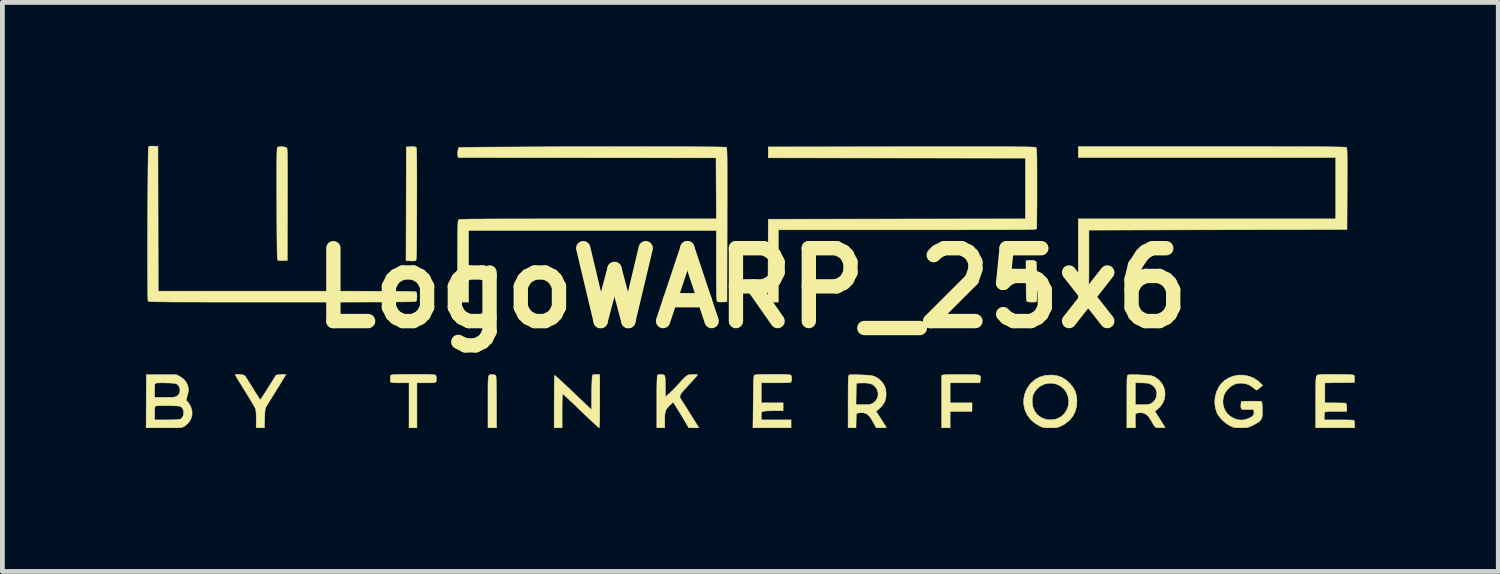
<source format=kicad_pcb>
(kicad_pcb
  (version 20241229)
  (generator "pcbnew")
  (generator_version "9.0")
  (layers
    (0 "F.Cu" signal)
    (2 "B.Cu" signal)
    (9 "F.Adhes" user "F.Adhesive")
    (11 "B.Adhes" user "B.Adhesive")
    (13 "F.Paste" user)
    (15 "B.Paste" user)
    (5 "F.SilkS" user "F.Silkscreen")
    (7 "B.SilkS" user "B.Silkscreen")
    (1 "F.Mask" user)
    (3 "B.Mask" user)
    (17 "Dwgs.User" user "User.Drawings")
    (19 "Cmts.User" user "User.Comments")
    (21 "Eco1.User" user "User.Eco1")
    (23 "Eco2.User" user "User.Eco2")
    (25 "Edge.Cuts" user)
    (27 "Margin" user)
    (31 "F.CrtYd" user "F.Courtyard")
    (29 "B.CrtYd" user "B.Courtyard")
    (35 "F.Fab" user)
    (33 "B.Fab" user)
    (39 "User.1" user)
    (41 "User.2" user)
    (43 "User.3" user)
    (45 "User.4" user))
  (footprint "LogoWARP_25x6"
    (layer "F.Cu")
    (at 12.667 2.975)
    (property "Reference" "LogoWARP_25x6" (at 0 0 0) (layer "F.SilkS") (effects (font (size 1.524 1.524) (thickness 0.3))))
    (attr through_hole)
    (fp_poly (pts (xy -5.426 1.81) (xy -5.413 1.81) (xy -5.37 1.815) (xy -5.347 1.829) (xy -5.346 1.829) (xy -5.344 1.846) (xy -5.341 1.886) (xy -5.339 1.948) (xy -5.337 2.028) (xy -5.336 2.126) (xy -5.335 2.238) (xy -5.334 2.363) (xy -5.334 2.384) (xy -5.334 2.921) (xy -5.512 2.921) (xy -5.512 2.375) (xy -5.512 2.24) (xy -5.512 2.128) (xy -5.512 2.038) (xy -5.51 1.966) (xy -5.508 1.911) (xy -5.504 1.871) (xy -5.498 1.843) (xy -5.49 1.824) (xy -5.479 1.814) (xy -5.465 1.81) (xy -5.447 1.809) (xy -5.426 1.81)) (stroke (width 0.01) (type solid)) (fill yes) (layer "F.SilkS"))
    (fp_poly (pts (xy 4.385 1.807) (xy 4.4 1.807) (xy 4.509 1.808) (xy 4.596 1.809) (xy 4.662 1.811) (xy 4.711 1.814) (xy 4.746 1.819) (xy 4.768 1.826) (xy 4.78 1.837) (xy 4.786 1.85) (xy 4.787 1.868) (xy 4.788 1.886) (xy 4.785 1.924) (xy 4.78 1.953) (xy 4.772 1.981) (xy 4.153 1.981) (xy 4.153 2.4) (xy 4.61 2.4) (xy 4.61 2.578) (xy 4.153 2.578) (xy 4.153 2.921) (xy 3.975 2.921) (xy 3.975 1.828) (xy 4.006 1.816) (xy 4.026 1.813) (xy 4.069 1.811) (xy 4.129 1.809) (xy 4.205 1.808) (xy 4.291 1.807) (xy 4.385 1.807)) (stroke (width 0.01) (type solid)) (fill yes) (layer "F.SilkS"))
    (fp_poly (pts (xy 5.852 -0.581) (xy 5.896 -0.576) (xy 5.932 -0.567) (xy 5.949 -0.559) (xy 5.952 -0.543) (xy 5.955 -0.506) (xy 5.958 -0.451) (xy 5.961 -0.382) (xy 5.964 -0.302) (xy 5.966 -0.216) (xy 5.967 -0.127) (xy 5.968 -0.039) (xy 5.969 0.045) (xy 5.969 0.121) (xy 5.968 0.184) (xy 5.966 0.232) (xy 5.964 0.26) (xy 5.963 0.263) (xy 5.957 0.278) (xy 5.946 0.287) (xy 5.923 0.291) (xy 5.882 0.292) (xy 5.861 0.292) (xy 5.811 0.291) (xy 5.78 0.287) (xy 5.763 0.279) (xy 5.754 0.268) (xy 5.75 0.247) (xy 5.746 0.203) (xy 5.744 0.136) (xy 5.742 0.048) (xy 5.741 -0.06) (xy 5.74 -0.164) (xy 5.74 -0.571) (xy 5.773 -0.579) (xy 5.808 -0.583) (xy 5.852 -0.581)) (stroke (width 0.01) (type solid)) (fill yes) (layer "F.SilkS"))
    (fp_poly (pts (xy -7.032 -2.953) (xy -7.014 -2.944) (xy -7.012 -2.942) (xy -7.01 -2.932) (xy -7.007 -2.908) (xy -7.005 -2.87) (xy -7.004 -2.815) (xy -7.002 -2.743) (xy -7.001 -2.653) (xy -7.001 -2.543) (xy -7 -2.413) (xy -7 -2.262) (xy -7 -2.088) (xy -7 -1.891) (xy -7.001 -1.753) (xy -7.001 -1.554) (xy -7.002 -1.379) (xy -7.002 -1.226) (xy -7.003 -1.094) (xy -7.004 -0.982) (xy -7.005 -0.887) (xy -7.005 -0.808) (xy -7.007 -0.744) (xy -7.008 -0.693) (xy -7.01 -0.653) (xy -7.012 -0.624) (xy -7.014 -0.603) (xy -7.017 -0.589) (xy -7.02 -0.581) (xy -7.023 -0.576) (xy -7.027 -0.574) (xy -7.029 -0.573) (xy -7.055 -0.569) (xy -7.096 -0.568) (xy -7.141 -0.569) (xy -7.226 -0.573) (xy -7.223 -1.763) (xy -7.22 -2.953) (xy -7.123 -2.956) (xy -7.068 -2.957) (xy -7.032 -2.953)) (stroke (width 0.01) (type solid)) (fill yes) (layer "F.SilkS"))
    (fp_poly (pts (xy -6.998 1.803) (xy -6.906 1.803) (xy -6.821 1.805) (xy -6.746 1.806) (xy -6.685 1.809) (xy -6.641 1.812) (xy -6.617 1.816) (xy -6.616 1.817) (xy -6.599 1.833) (xy -6.592 1.864) (xy -6.591 1.885) (xy -6.591 1.921) (xy -6.594 1.946) (xy -6.603 1.963) (xy -6.622 1.973) (xy -6.655 1.979) (xy -6.705 1.981) (xy -6.775 1.981) (xy -6.802 1.981) (xy -6.998 1.981) (xy -6.998 2.921) (xy -7.163 2.921) (xy -7.163 1.981) (xy -7.352 1.981) (xy -7.426 1.981) (xy -7.479 1.98) (xy -7.514 1.977) (xy -7.535 1.972) (xy -7.546 1.966) (xy -7.549 1.961) (xy -7.555 1.929) (xy -7.556 1.888) (xy -7.552 1.849) (xy -7.544 1.822) (xy -7.541 1.819) (xy -7.525 1.815) (xy -7.487 1.811) (xy -7.43 1.808) (xy -7.359 1.806) (xy -7.277 1.804) (xy -7.187 1.803) (xy -7.093 1.803) (xy -6.998 1.803)) (stroke (width 0.01) (type solid)) (fill yes) (layer "F.SilkS"))
    (fp_poly (pts (xy 0.58 1.803) (xy 0.657 1.805) (xy 0.722 1.807) (xy 0.774 1.81) (xy 0.806 1.814) (xy 0.814 1.817) (xy 0.83 1.832) (xy 0.837 1.86) (xy 0.838 1.89) (xy 0.835 1.929) (xy 0.828 1.959) (xy 0.823 1.966) (xy 0.809 1.971) (xy 0.778 1.975) (xy 0.729 1.978) (xy 0.658 1.98) (xy 0.566 1.981) (xy 0.505 1.981) (xy 0.203 1.981) (xy 0.203 2.4) (xy 0.66 2.4) (xy 0.66 2.565) (xy 0.464 2.565) (xy 0.394 2.566) (xy 0.33 2.568) (xy 0.278 2.572) (xy 0.244 2.576) (xy 0.236 2.578) (xy 0.218 2.586) (xy 0.208 2.6) (xy 0.204 2.625) (xy 0.203 2.668) (xy 0.203 2.673) (xy 0.203 2.756) (xy 0.826 2.756) (xy 0.826 2.921) (xy 0.029 2.921) (xy 0.035 2.378) (xy 0.036 2.245) (xy 0.038 2.135) (xy 0.04 2.046) (xy 0.041 1.975) (xy 0.043 1.921) (xy 0.046 1.881) (xy 0.049 1.853) (xy 0.052 1.835) (xy 0.057 1.824) (xy 0.061 1.819) (xy 0.079 1.815) (xy 0.119 1.811) (xy 0.176 1.808) (xy 0.246 1.805) (xy 0.326 1.804) (xy 0.41 1.803) (xy 0.497 1.803) (xy 0.58 1.803)) (stroke (width 0.01) (type solid)) (fill yes) (layer "F.SilkS"))
    (fp_poly (pts (xy -9.812 -2.957) (xy -9.768 -2.951) (xy -9.734 -2.941) (xy -9.723 -2.935) (xy -9.72 -2.93) (xy -9.717 -2.922) (xy -9.714 -2.907) (xy -9.712 -2.886) (xy -9.71 -2.856) (xy -9.708 -2.816) (xy -9.707 -2.765) (xy -9.706 -2.7) (xy -9.705 -2.62) (xy -9.705 -2.525) (xy -9.705 -2.411) (xy -9.705 -2.279) (xy -9.705 -2.125) (xy -9.705 -1.949) (xy -9.706 -1.749) (xy -9.706 -1.748) (xy -9.709 -0.578) (xy -9.798 -0.575) (xy -9.845 -0.575) (xy -9.884 -0.578) (xy -9.906 -0.584) (xy -9.906 -0.584) (xy -9.909 -0.588) (xy -9.912 -0.598) (xy -9.915 -0.615) (xy -9.917 -0.64) (xy -9.919 -0.676) (xy -9.921 -0.723) (xy -9.922 -0.782) (xy -9.923 -0.857) (xy -9.924 -0.947) (xy -9.925 -1.054) (xy -9.926 -1.181) (xy -9.927 -1.327) (xy -9.928 -1.496) (xy -9.928 -1.688) (xy -9.928 -1.76) (xy -9.929 -1.968) (xy -9.929 -2.152) (xy -9.929 -2.314) (xy -9.929 -2.453) (xy -9.929 -2.572) (xy -9.928 -2.672) (xy -9.927 -2.754) (xy -9.926 -2.82) (xy -9.924 -2.87) (xy -9.922 -2.907) (xy -9.92 -2.93) (xy -9.917 -2.942) (xy -9.916 -2.943) (xy -9.895 -2.953) (xy -9.857 -2.957) (xy -9.812 -2.957)) (stroke (width 0.01) (type solid)) (fill yes) (layer "F.SilkS"))
    (fp_poly (pts (xy 9.95 -2.959) (xy 10.251 -2.959) (xy 10.529 -2.959) (xy 10.783 -2.959) (xy 11.016 -2.958) (xy 11.227 -2.958) (xy 11.418 -2.958) (xy 11.59 -2.957) (xy 11.743 -2.956) (xy 11.878 -2.956) (xy 11.997 -2.955) (xy 12.099 -2.954) (xy 12.186 -2.953) (xy 12.258 -2.952) (xy 12.317 -2.951) (xy 12.363 -2.949) (xy 12.398 -2.948) (xy 12.421 -2.946) (xy 12.434 -2.944) (xy 12.437 -2.943) (xy 12.442 -2.939) (xy 12.445 -2.931) (xy 12.448 -2.917) (xy 12.451 -2.897) (xy 12.453 -2.867) (xy 12.454 -2.827) (xy 12.456 -2.774) (xy 12.456 -2.707) (xy 12.457 -2.624) (xy 12.457 -2.523) (xy 12.457 -2.401) (xy 12.456 -2.259) (xy 12.456 -2.092) (xy 12.456 -2.076) (xy 12.452 -1.226) (xy 7.055 -1.213) (xy 7.055 -0.476) (xy 7.055 -0.342) (xy 7.054 -0.214) (xy 7.053 -0.097) (xy 7.052 0.009) (xy 7.051 0.1) (xy 7.05 0.175) (xy 7.048 0.231) (xy 7.046 0.265) (xy 7.045 0.276) (xy 7.025 0.286) (xy 6.98 0.291) (xy 6.933 0.292) (xy 6.833 0.292) (xy 6.833 -1.448) (xy 12.217 -1.448) (xy 12.217 -2.731) (xy 6.833 -2.731) (xy 6.833 -2.959) (xy 9.624 -2.959) (xy 9.95 -2.959)) (stroke (width 0.01) (type solid)) (fill yes) (layer "F.SilkS"))
    (fp_poly (pts (xy -3.175 1.809) (xy -3.175 2.365) (xy -3.175 2.516) (xy -3.176 2.642) (xy -3.177 2.744) (xy -3.179 2.822) (xy -3.182 2.877) (xy -3.185 2.91) (xy -3.188 2.921) (xy -3.188 2.921) (xy -3.2 2.912) (xy -3.228 2.888) (xy -3.27 2.85) (xy -3.325 2.799) (xy -3.389 2.739) (xy -3.462 2.67) (xy -3.541 2.594) (xy -3.571 2.565) (xy -3.651 2.488) (xy -3.726 2.416) (xy -3.794 2.353) (xy -3.852 2.298) (xy -3.898 2.255) (xy -3.931 2.226) (xy -3.949 2.211) (xy -3.951 2.21) (xy -3.954 2.222) (xy -3.957 2.257) (xy -3.959 2.312) (xy -3.961 2.385) (xy -3.962 2.472) (xy -3.962 2.565) (xy -3.962 2.921) (xy -4.128 2.921) (xy -4.128 2.376) (xy -4.127 2.26) (xy -4.127 2.153) (xy -4.126 2.057) (xy -4.124 1.974) (xy -4.123 1.906) (xy -4.121 1.857) (xy -4.119 1.83) (xy -4.118 1.825) (xy -4.107 1.832) (xy -4.08 1.855) (xy -4.038 1.892) (xy -3.984 1.941) (xy -3.92 2.001) (xy -3.847 2.069) (xy -3.767 2.145) (xy -3.727 2.182) (xy -3.346 2.546) (xy -3.343 2.192) (xy -3.342 2.079) (xy -3.339 1.985) (xy -3.336 1.911) (xy -3.333 1.857) (xy -3.329 1.827) (xy -3.326 1.821) (xy -3.305 1.812) (xy -3.265 1.807) (xy -3.244 1.807) (xy -3.175 1.809)) (stroke (width 0.01) (type solid)) (fill yes) (layer "F.SilkS"))
    (fp_poly (pts (xy 12.317 1.805) (xy 12.411 1.806) (xy 12.488 1.808) (xy 12.545 1.811) (xy 12.579 1.815) (xy 12.588 1.817) (xy 12.602 1.829) (xy 12.609 1.85) (xy 12.609 1.886) (xy 12.609 1.903) (xy 12.605 1.975) (xy 12.297 1.978) (xy 11.989 1.982) (xy 11.989 2.4) (xy 12.197 2.4) (xy 12.269 2.401) (xy 12.332 2.402) (xy 12.383 2.404) (xy 12.416 2.406) (xy 12.426 2.408) (xy 12.438 2.419) (xy 12.444 2.444) (xy 12.446 2.488) (xy 12.446 2.497) (xy 12.446 2.578) (xy 12.226 2.578) (xy 12.135 2.579) (xy 12.067 2.581) (xy 12.022 2.585) (xy 11.996 2.59) (xy 11.991 2.593) (xy 11.983 2.614) (xy 11.977 2.65) (xy 11.976 2.682) (xy 11.976 2.756) (xy 12.274 2.756) (xy 12.359 2.756) (xy 12.436 2.757) (xy 12.502 2.758) (xy 12.552 2.76) (xy 12.583 2.762) (xy 12.591 2.764) (xy 12.603 2.775) (xy 12.609 2.802) (xy 12.611 2.846) (xy 12.611 2.921) (xy 11.798 2.921) (xy 11.798 2.388) (xy 11.798 2.257) (xy 11.799 2.15) (xy 11.799 2.063) (xy 11.8 1.994) (xy 11.801 1.942) (xy 11.803 1.903) (xy 11.806 1.875) (xy 11.809 1.856) (xy 11.813 1.843) (xy 11.818 1.835) (xy 11.823 1.829) (xy 11.832 1.822) (xy 11.843 1.816) (xy 11.86 1.812) (xy 11.885 1.809) (xy 11.922 1.807) (xy 11.974 1.805) (xy 12.043 1.805) (xy 12.132 1.804) (xy 12.206 1.804) (xy 12.317 1.805)) (stroke (width 0.01) (type solid)) (fill yes) (layer "F.SilkS"))
    (fp_poly (pts (xy 6.285 1.818) (xy 6.394 1.833) (xy 6.49 1.867) (xy 6.579 1.923) (xy 6.643 1.98) (xy 6.716 2.065) (xy 6.765 2.152) (xy 6.794 2.249) (xy 6.805 2.343) (xy 6.798 2.466) (xy 6.769 2.579) (xy 6.718 2.68) (xy 6.645 2.767) (xy 6.551 2.841) (xy 6.475 2.883) (xy 6.438 2.9) (xy 6.406 2.91) (xy 6.373 2.917) (xy 6.331 2.92) (xy 6.273 2.921) (xy 6.247 2.921) (xy 6.183 2.921) (xy 6.137 2.919) (xy 6.102 2.914) (xy 6.072 2.905) (xy 6.038 2.89) (xy 6.012 2.877) (xy 5.909 2.813) (xy 5.826 2.735) (xy 5.761 2.644) (xy 5.717 2.546) (xy 5.693 2.441) (xy 5.692 2.392) (xy 5.87 2.392) (xy 5.884 2.487) (xy 5.918 2.57) (xy 5.974 2.644) (xy 5.983 2.653) (xy 6.053 2.705) (xy 6.136 2.74) (xy 6.226 2.755) (xy 6.319 2.75) (xy 6.391 2.731) (xy 6.472 2.69) (xy 6.536 2.633) (xy 6.587 2.557) (xy 6.592 2.548) (xy 6.624 2.456) (xy 6.633 2.361) (xy 6.62 2.268) (xy 6.585 2.181) (xy 6.539 2.116) (xy 6.468 2.053) (xy 6.386 2.011) (xy 6.298 1.99) (xy 6.207 1.989) (xy 6.118 2.01) (xy 6.034 2.052) (xy 5.975 2.101) (xy 5.92 2.167) (xy 5.886 2.237) (xy 5.87 2.317) (xy 5.87 2.392) (xy 5.692 2.392) (xy 5.69 2.334) (xy 5.709 2.227) (xy 5.75 2.122) (xy 5.813 2.024) (xy 5.842 1.99) (xy 5.928 1.914) (xy 6.027 1.859) (xy 6.137 1.827) (xy 6.259 1.818) (xy 6.285 1.818)) (stroke (width 0.01) (type solid)) (fill yes) (layer "F.SilkS"))
    (fp_poly (pts (xy -9.755 1.805) (xy -9.741 1.81) (xy -9.741 1.811) (xy -9.747 1.823) (xy -9.766 1.854) (xy -9.794 1.901) (xy -9.831 1.961) (xy -9.874 2.032) (xy -9.923 2.11) (xy -9.936 2.131) (xy -9.987 2.214) (xy -10.035 2.291) (xy -10.078 2.36) (xy -10.113 2.418) (xy -10.139 2.461) (xy -10.154 2.487) (xy -10.155 2.489) (xy -10.164 2.512) (xy -10.171 2.542) (xy -10.177 2.584) (xy -10.18 2.641) (xy -10.183 2.719) (xy -10.183 2.727) (xy -10.188 2.921) (xy -10.36 2.921) (xy -10.359 2.74) (xy -10.359 2.661) (xy -10.362 2.603) (xy -10.366 2.56) (xy -10.373 2.529) (xy -10.38 2.511) (xy -10.392 2.487) (xy -10.416 2.445) (xy -10.449 2.389) (xy -10.489 2.321) (xy -10.536 2.245) (xy -10.583 2.168) (xy -10.643 2.072) (xy -10.69 1.995) (xy -10.727 1.935) (xy -10.754 1.89) (xy -10.773 1.858) (xy -10.785 1.835) (xy -10.792 1.821) (xy -10.795 1.812) (xy -10.795 1.809) (xy -10.783 1.805) (xy -10.753 1.804) (xy -10.71 1.806) (xy -10.704 1.807) (xy -10.65 1.812) (xy -10.616 1.821) (xy -10.596 1.834) (xy -10.593 1.838) (xy -10.58 1.856) (xy -10.557 1.892) (xy -10.525 1.942) (xy -10.486 2.004) (xy -10.443 2.073) (xy -10.427 2.099) (xy -10.384 2.168) (xy -10.345 2.229) (xy -10.313 2.279) (xy -10.29 2.316) (xy -10.276 2.334) (xy -10.274 2.336) (xy -10.266 2.326) (xy -10.246 2.297) (xy -10.217 2.253) (xy -10.18 2.196) (xy -10.137 2.129) (xy -10.105 2.078) (xy -9.942 1.819) (xy -9.884 1.811) (xy -9.833 1.806) (xy -9.788 1.804) (xy -9.755 1.805)) (stroke (width 0.01) (type solid)) (fill yes) (layer "F.SilkS"))
    (fp_poly (pts (xy 4.869 -2.957) (xy 5.034 -2.957) (xy 5.181 -2.957) (xy 5.312 -2.956) (xy 5.427 -2.956) (xy 5.528 -2.955) (xy 5.615 -2.954) (xy 5.689 -2.954) (xy 5.752 -2.953) (xy 5.804 -2.952) (xy 5.846 -2.95) (xy 5.879 -2.949) (xy 5.905 -2.947) (xy 5.924 -2.946) (xy 5.937 -2.944) (xy 5.945 -2.942) (xy 5.949 -2.939) (xy 5.949 -2.939) (xy 5.953 -2.933) (xy 5.956 -2.922) (xy 5.959 -2.904) (xy 5.962 -2.878) (xy 5.964 -2.842) (xy 5.965 -2.794) (xy 5.967 -2.731) (xy 5.968 -2.653) (xy 5.968 -2.558) (xy 5.969 -2.443) (xy 5.969 -2.307) (xy 5.969 -2.148) (xy 5.969 -2.089) (xy 5.969 -1.946) (xy 5.969 -1.81) (xy 5.968 -1.683) (xy 5.967 -1.568) (xy 5.966 -1.467) (xy 5.965 -1.381) (xy 5.964 -1.314) (xy 5.963 -1.267) (xy 5.962 -1.242) (xy 5.961 -1.239) (xy 5.959 -1.237) (xy 5.953 -1.235) (xy 5.941 -1.233) (xy 5.925 -1.231) (xy 5.901 -1.229) (xy 5.869 -1.228) (xy 5.829 -1.227) (xy 5.779 -1.226) (xy 5.719 -1.224) (xy 5.646 -1.224) (xy 5.561 -1.223) (xy 5.462 -1.222) (xy 5.349 -1.221) (xy 5.22 -1.221) (xy 5.074 -1.22) (xy 4.91 -1.22) (xy 4.728 -1.22) (xy 4.526 -1.22) (xy 4.303 -1.219) (xy 4.059 -1.219) (xy 3.792 -1.219) (xy 3.502 -1.219) (xy 3.256 -1.219) (xy 0.559 -1.219) (xy 0.559 0.292) (xy 0.343 0.292) (xy 0.346 -0.575) (xy 0.349 -1.441) (xy 3.038 -1.445) (xy 5.728 -1.448) (xy 5.728 -2.718) (xy 0.349 -2.724) (xy 0.349 -2.953) (xy 3.139 -2.956) (xy 3.455 -2.956) (xy 3.746 -2.957) (xy 4.013 -2.957) (xy 4.258 -2.957) (xy 4.482 -2.957) (xy 4.685 -2.957) (xy 4.869 -2.957)) (stroke (width 0.01) (type solid)) (fill yes) (layer "F.SilkS"))
    (fp_poly (pts (xy -1.858 1.81) (xy -1.827 1.821) (xy -1.822 1.825) (xy -1.815 1.837) (xy -1.81 1.859) (xy -1.806 1.895) (xy -1.804 1.948) (xy -1.803 2.022) (xy -1.803 2.06) (xy -1.803 2.276) (xy -1.725 2.208) (xy -1.688 2.174) (xy -1.64 2.126) (xy -1.586 2.07) (xy -1.53 2.011) (xy -1.507 1.985) (xy -1.44 1.913) (xy -1.388 1.861) (xy -1.349 1.829) (xy -1.328 1.818) (xy -1.301 1.812) (xy -1.262 1.809) (xy -1.218 1.807) (xy -1.176 1.807) (xy -1.145 1.809) (xy -1.131 1.813) (xy -1.13 1.813) (xy -1.136 1.824) (xy -1.155 1.847) (xy -1.187 1.884) (xy -1.234 1.936) (xy -1.297 2.004) (xy -1.354 2.067) (xy -1.413 2.131) (xy -1.455 2.18) (xy -1.482 2.219) (xy -1.496 2.25) (xy -1.498 2.277) (xy -1.489 2.304) (xy -1.471 2.333) (xy -1.469 2.337) (xy -1.454 2.36) (xy -1.428 2.4) (xy -1.394 2.453) (xy -1.354 2.517) (xy -1.31 2.586) (xy -1.266 2.658) (xy -1.223 2.727) (xy -1.183 2.79) (xy -1.151 2.843) (xy -1.132 2.873) (xy -1.103 2.921) (xy -1.209 2.921) (xy -1.314 2.92) (xy -1.413 2.752) (xy -1.454 2.683) (xy -1.497 2.612) (xy -1.537 2.547) (xy -1.57 2.494) (xy -1.576 2.484) (xy -1.64 2.384) (xy -1.711 2.452) (xy -1.751 2.494) (xy -1.779 2.53) (xy -1.798 2.567) (xy -1.809 2.611) (xy -1.814 2.667) (xy -1.816 2.742) (xy -1.816 2.762) (xy -1.816 2.921) (xy -1.981 2.921) (xy -1.981 2.376) (xy -1.981 2.238) (xy -1.981 2.124) (xy -1.98 2.031) (xy -1.978 1.957) (xy -1.976 1.901) (xy -1.974 1.862) (xy -1.971 1.836) (xy -1.967 1.822) (xy -1.965 1.818) (xy -1.938 1.809) (xy -1.899 1.806) (xy -1.858 1.81)) (stroke (width 0.01) (type solid)) (fill yes) (layer "F.SilkS"))
    (fp_poly (pts (xy 8.004 1.811) (xy 8.088 1.813) (xy 8.129 1.815) (xy 8.213 1.819) (xy 8.276 1.822) (xy 8.322 1.826) (xy 8.357 1.832) (xy 8.384 1.839) (xy 8.408 1.848) (xy 8.428 1.858) (xy 8.509 1.912) (xy 8.573 1.981) (xy 8.617 2.06) (xy 8.642 2.145) (xy 8.647 2.234) (xy 8.633 2.323) (xy 8.598 2.407) (xy 8.543 2.483) (xy 8.488 2.533) (xy 8.435 2.574) (xy 8.541 2.744) (xy 8.648 2.915) (xy 8.55 2.918) (xy 8.506 2.92) (xy 8.473 2.918) (xy 8.449 2.908) (xy 8.428 2.889) (xy 8.405 2.856) (xy 8.376 2.805) (xy 8.361 2.777) (xy 8.315 2.704) (xy 8.269 2.653) (xy 8.22 2.622) (xy 8.174 2.609) (xy 8.122 2.606) (xy 8.076 2.611) (xy 8.042 2.622) (xy 8.031 2.632) (xy 8.028 2.65) (xy 8.025 2.687) (xy 8.025 2.738) (xy 8.025 2.784) (xy 8.028 2.921) (xy 7.849 2.921) (xy 7.849 2.438) (xy 8.026 2.438) (xy 8.167 2.438) (xy 8.234 2.438) (xy 8.282 2.434) (xy 8.318 2.428) (xy 8.346 2.418) (xy 8.356 2.413) (xy 8.412 2.371) (xy 8.451 2.315) (xy 8.472 2.248) (xy 8.473 2.178) (xy 8.452 2.109) (xy 8.448 2.1) (xy 8.416 2.06) (xy 8.369 2.023) (xy 8.318 1.997) (xy 8.309 1.994) (xy 8.274 1.988) (xy 8.224 1.984) (xy 8.166 1.981) (xy 8.144 1.981) (xy 8.026 1.981) (xy 8.026 2.438) (xy 7.849 2.438) (xy 7.849 2.375) (xy 7.849 2.243) (xy 7.849 2.134) (xy 7.849 2.046) (xy 7.85 1.976) (xy 7.851 1.922) (xy 7.853 1.883) (xy 7.856 1.855) (xy 7.859 1.837) (xy 7.863 1.826) (xy 7.868 1.82) (xy 7.871 1.817) (xy 7.893 1.813) (xy 7.938 1.811) (xy 8.004 1.811)) (stroke (width 0.01) (type solid)) (fill yes) (layer "F.SilkS"))
    (fp_poly (pts (xy 2.253 1.813) (xy 2.293 1.815) (xy 2.378 1.819) (xy 2.443 1.823) (xy 2.491 1.827) (xy 2.527 1.834) (xy 2.557 1.842) (xy 2.583 1.852) (xy 2.584 1.852) (xy 2.66 1.898) (xy 2.726 1.961) (xy 2.776 2.034) (xy 2.783 2.05) (xy 2.806 2.123) (xy 2.814 2.206) (xy 2.809 2.289) (xy 2.79 2.362) (xy 2.783 2.379) (xy 2.744 2.442) (xy 2.693 2.502) (xy 2.638 2.551) (xy 2.631 2.555) (xy 2.602 2.575) (xy 2.711 2.743) (xy 2.748 2.8) (xy 2.779 2.85) (xy 2.803 2.888) (xy 2.817 2.911) (xy 2.819 2.915) (xy 2.808 2.918) (xy 2.776 2.92) (xy 2.732 2.921) (xy 2.713 2.921) (xy 2.607 2.921) (xy 2.551 2.817) (xy 2.506 2.738) (xy 2.464 2.68) (xy 2.422 2.641) (xy 2.379 2.618) (xy 2.344 2.609) (xy 2.296 2.606) (xy 2.25 2.609) (xy 2.236 2.611) (xy 2.191 2.623) (xy 2.187 2.772) (xy 2.184 2.921) (xy 2.019 2.921) (xy 2.019 2.438) (xy 2.184 2.438) (xy 2.331 2.438) (xy 2.399 2.438) (xy 2.448 2.435) (xy 2.484 2.429) (xy 2.512 2.42) (xy 2.527 2.413) (xy 2.585 2.371) (xy 2.624 2.315) (xy 2.645 2.251) (xy 2.645 2.184) (xy 2.624 2.118) (xy 2.582 2.059) (xy 2.58 2.056) (xy 2.539 2.022) (xy 2.492 2) (xy 2.434 1.988) (xy 2.359 1.983) (xy 2.308 1.984) (xy 2.191 1.988) (xy 2.187 2.213) (xy 2.184 2.438) (xy 2.019 2.438) (xy 2.019 2.375) (xy 2.019 2.243) (xy 2.02 2.134) (xy 2.02 2.046) (xy 2.021 1.976) (xy 2.022 1.922) (xy 2.024 1.883) (xy 2.026 1.855) (xy 2.03 1.837) (xy 2.034 1.826) (xy 2.039 1.82) (xy 2.042 1.818) (xy 2.064 1.813) (xy 2.108 1.811) (xy 2.172 1.811) (xy 2.253 1.813)) (stroke (width 0.01) (type solid)) (fill yes) (layer "F.SilkS"))
    (fp_poly (pts (xy 10.297 1.821) (xy 10.404 1.843) (xy 10.505 1.884) (xy 10.598 1.946) (xy 10.643 1.988) (xy 10.687 2.034) (xy 10.63 2.084) (xy 10.598 2.11) (xy 10.572 2.128) (xy 10.562 2.134) (xy 10.547 2.126) (xy 10.52 2.105) (xy 10.5 2.088) (xy 10.421 2.032) (xy 10.333 1.998) (xy 10.24 1.987) (xy 10.147 1.997) (xy 10.087 2.018) (xy 10.017 2.06) (xy 9.955 2.119) (xy 9.904 2.187) (xy 9.873 2.258) (xy 9.856 2.356) (xy 9.863 2.451) (xy 9.892 2.538) (xy 9.941 2.616) (xy 10.009 2.68) (xy 10.094 2.728) (xy 10.158 2.75) (xy 10.247 2.761) (xy 10.337 2.747) (xy 10.428 2.709) (xy 10.429 2.709) (xy 10.476 2.679) (xy 10.501 2.647) (xy 10.509 2.609) (xy 10.506 2.581) (xy 10.5 2.54) (xy 10.374 2.54) (xy 10.316 2.54) (xy 10.279 2.538) (xy 10.257 2.534) (xy 10.245 2.526) (xy 10.238 2.513) (xy 10.238 2.511) (xy 10.233 2.481) (xy 10.233 2.44) (xy 10.235 2.426) (xy 10.243 2.369) (xy 10.446 2.365) (xy 10.516 2.365) (xy 10.577 2.366) (xy 10.626 2.367) (xy 10.656 2.37) (xy 10.664 2.372) (xy 10.672 2.39) (xy 10.678 2.434) (xy 10.682 2.502) (xy 10.683 2.541) (xy 10.683 2.621) (xy 10.678 2.683) (xy 10.664 2.731) (xy 10.638 2.77) (xy 10.598 2.804) (xy 10.54 2.839) (xy 10.468 2.876) (xy 10.427 2.895) (xy 10.394 2.908) (xy 10.363 2.916) (xy 10.324 2.92) (xy 10.273 2.921) (xy 10.233 2.921) (xy 10.169 2.92) (xy 10.123 2.918) (xy 10.088 2.912) (xy 10.057 2.902) (xy 10.022 2.887) (xy 10.01 2.881) (xy 9.94 2.839) (xy 9.871 2.784) (xy 9.808 2.72) (xy 9.758 2.655) (xy 9.735 2.614) (xy 9.7 2.508) (xy 9.686 2.395) (xy 9.694 2.281) (xy 9.723 2.171) (xy 9.771 2.069) (xy 9.812 2.01) (xy 9.891 1.933) (xy 9.983 1.875) (xy 10.083 1.838) (xy 10.189 1.819) (xy 10.297 1.821)) (stroke (width 0.01) (type solid)) (fill yes) (layer "F.SilkS"))
    (fp_poly (pts (xy -11.957 1.848) (xy -11.88 1.9) (xy -11.824 1.966) (xy -11.789 2.046) (xy -11.785 2.063) (xy -11.777 2.101) (xy -11.776 2.133) (xy -11.78 2.17) (xy -11.791 2.218) (xy -11.797 2.24) (xy -11.825 2.347) (xy -11.792 2.38) (xy -11.768 2.411) (xy -11.742 2.453) (xy -11.728 2.48) (xy -11.702 2.564) (xy -11.7 2.647) (xy -11.721 2.728) (xy -11.764 2.802) (xy -11.829 2.866) (xy -11.863 2.89) (xy -11.878 2.899) (xy -11.892 2.906) (xy -11.909 2.911) (xy -11.932 2.915) (xy -11.963 2.918) (xy -12.007 2.92) (xy -12.066 2.92) (xy -12.143 2.921) (xy -12.24 2.921) (xy -12.287 2.921) (xy -12.662 2.921) (xy -12.66 2.617) (xy -12.484 2.617) (xy -12.484 2.756) (xy -12.229 2.756) (xy -12.135 2.755) (xy -12.063 2.754) (xy -12.01 2.751) (xy -11.973 2.747) (xy -11.948 2.741) (xy -11.94 2.738) (xy -11.904 2.706) (xy -11.882 2.66) (xy -11.875 2.608) (xy -11.882 2.554) (xy -11.904 2.508) (xy -11.941 2.474) (xy -11.941 2.474) (xy -11.962 2.469) (xy -12.004 2.465) (xy -12.06 2.462) (xy -12.127 2.46) (xy -12.199 2.458) (xy -12.272 2.458) (xy -12.339 2.458) (xy -12.398 2.46) (xy -12.442 2.463) (xy -12.466 2.467) (xy -12.468 2.468) (xy -12.476 2.484) (xy -12.481 2.519) (xy -12.484 2.577) (xy -12.484 2.617) (xy -12.66 2.617) (xy -12.659 2.365) (xy -12.658 2.141) (xy -12.484 2.141) (xy -12.484 2.286) (xy -12.274 2.286) (xy -12.189 2.285) (xy -12.126 2.284) (xy -12.08 2.28) (xy -12.049 2.275) (xy -12.027 2.267) (xy -12.026 2.267) (xy -11.985 2.233) (xy -11.96 2.187) (xy -11.952 2.136) (xy -11.959 2.085) (xy -11.983 2.039) (xy -12.021 2.006) (xy -12.048 1.995) (xy -12.078 1.99) (xy -12.125 1.986) (xy -12.185 1.984) (xy -12.25 1.982) (xy -12.316 1.981) (xy -12.377 1.982) (xy -12.426 1.984) (xy -12.458 1.987) (xy -12.464 1.989) (xy -12.473 1.996) (xy -12.479 2.013) (xy -12.482 2.044) (xy -12.484 2.092) (xy -12.484 2.141) (xy -12.658 2.141) (xy -12.656 1.81) (xy -12.031 1.81) (xy -11.957 1.848)) (stroke (width 0.01) (type solid)) (fill yes) (layer "F.SilkS"))
    (fp_poly (pts (xy -12.514 -2.969) (xy -12.506 -2.969) (xy -12.414 -2.965) (xy -12.411 -1.451) (xy -12.408 0.064) (xy -9.718 0.064) (xy -9.395 0.064) (xy -9.097 0.064) (xy -8.822 0.064) (xy -8.57 0.064) (xy -8.341 0.064) (xy -8.133 0.065) (xy -7.946 0.065) (xy -7.778 0.066) (xy -7.629 0.067) (xy -7.499 0.067) (xy -7.386 0.068) (xy -7.29 0.069) (xy -7.209 0.07) (xy -7.144 0.072) (xy -7.092 0.073) (xy -7.054 0.074) (xy -7.029 0.076) (xy -7.016 0.078) (xy -7.013 0.079) (xy -7.004 0.1) (xy -6.999 0.138) (xy -6.998 0.184) (xy -7.001 0.227) (xy -7.008 0.261) (xy -7.011 0.268) (xy -7.013 0.27) (xy -7.016 0.273) (xy -7.021 0.275) (xy -7.03 0.277) (xy -7.043 0.279) (xy -7.061 0.281) (xy -7.086 0.283) (xy -7.117 0.284) (xy -7.157 0.285) (xy -7.207 0.287) (xy -7.266 0.288) (xy -7.337 0.288) (xy -7.42 0.289) (xy -7.516 0.29) (xy -7.626 0.29) (xy -7.752 0.291) (xy -7.893 0.291) (xy -8.052 0.291) (xy -8.229 0.292) (xy -8.426 0.292) (xy -8.642 0.292) (xy -8.88 0.292) (xy -9.139 0.292) (xy -9.422 0.292) (xy -9.729 0.292) (xy -9.818 0.292) (xy -10.132 0.292) (xy -10.422 0.292) (xy -10.688 0.292) (xy -10.932 0.292) (xy -11.155 0.292) (xy -11.357 0.292) (xy -11.54 0.291) (xy -11.704 0.291) (xy -11.85 0.291) (xy -11.98 0.29) (xy -12.095 0.29) (xy -12.195 0.289) (xy -12.281 0.288) (xy -12.355 0.287) (xy -12.418 0.286) (xy -12.469 0.285) (xy -12.512 0.284) (xy -12.545 0.283) (xy -12.571 0.281) (xy -12.59 0.279) (xy -12.604 0.277) (xy -12.613 0.275) (xy -12.618 0.273) (xy -12.621 0.271) (xy -12.621 0.27) (xy -12.623 0.253) (xy -12.624 0.213) (xy -12.626 0.151) (xy -12.627 0.07) (xy -12.628 -0.03) (xy -12.628 -0.145) (xy -12.629 -0.275) (xy -12.629 -0.416) (xy -12.63 -0.568) (xy -12.63 -0.729) (xy -12.63 -0.896) (xy -12.629 -1.068) (xy -12.629 -1.243) (xy -12.628 -1.419) (xy -12.628 -1.593) (xy -12.627 -1.766) (xy -12.626 -1.933) (xy -12.625 -2.094) (xy -12.624 -2.247) (xy -12.623 -2.39) (xy -12.622 -2.52) (xy -12.62 -2.637) (xy -12.619 -2.738) (xy -12.617 -2.821) (xy -12.615 -2.884) (xy -12.614 -2.926) (xy -12.612 -2.945) (xy -12.612 -2.945) (xy -12.601 -2.96) (xy -12.586 -2.968) (xy -12.559 -2.97) (xy -12.514 -2.969)) (stroke (width 0.01) (type solid)) (fill yes) (layer "F.SilkS"))
    (fp_poly (pts (xy -2.216 -2.958) (xy -2.005 -2.957) (xy -1.803 -2.957) (xy -1.611 -2.957) (xy -1.43 -2.956) (xy -1.261 -2.956) (xy -1.107 -2.955) (xy -0.967 -2.954) (xy -0.845 -2.953) (xy -0.741 -2.952) (xy -0.656 -2.951) (xy -0.592 -2.949) (xy -0.551 -2.948) (xy -0.533 -2.946) (xy -0.533 -2.946) (xy -0.529 -2.944) (xy -0.526 -2.94) (xy -0.523 -2.933) (xy -0.52 -2.922) (xy -0.518 -2.906) (xy -0.516 -2.883) (xy -0.515 -2.852) (xy -0.513 -2.812) (xy -0.512 -2.761) (xy -0.511 -2.698) (xy -0.511 -2.622) (xy -0.51 -2.531) (xy -0.51 -2.424) (xy -0.51 -2.3) (xy -0.51 -2.157) (xy -0.51 -1.994) (xy -0.51 -1.81) (xy -0.511 -1.604) (xy -0.511 -1.374) (xy -0.511 -1.324) (xy -0.514 0.286) (xy -0.609 0.29) (xy -0.661 0.291) (xy -0.692 0.288) (xy -0.711 0.28) (xy -0.72 0.271) (xy -0.724 0.261) (xy -0.727 0.24) (xy -0.73 0.207) (xy -0.732 0.159) (xy -0.733 0.095) (xy -0.735 0.015) (xy -0.736 -0.086) (xy -0.736 -0.206) (xy -0.737 -0.35) (xy -0.737 -0.479) (xy -0.737 -1.206) (xy -5.918 -1.206) (xy -5.918 0.292) (xy -6.017 0.292) (xy -6.073 0.29) (xy -6.113 0.284) (xy -6.132 0.277) (xy -6.135 0.267) (xy -6.138 0.245) (xy -6.14 0.208) (xy -6.142 0.156) (xy -6.143 0.086) (xy -6.145 -0.002) (xy -6.146 -0.11) (xy -6.146 -0.239) (xy -6.147 -0.391) (xy -6.147 -0.567) (xy -6.147 -0.573) (xy -6.147 -0.741) (xy -6.147 -0.885) (xy -6.146 -1.007) (xy -6.146 -1.109) (xy -6.145 -1.194) (xy -6.144 -1.261) (xy -6.142 -1.315) (xy -6.14 -1.355) (xy -6.138 -1.385) (xy -6.135 -1.405) (xy -6.132 -1.418) (xy -6.128 -1.426) (xy -6.127 -1.428) (xy -6.123 -1.43) (xy -6.115 -1.432) (xy -6.102 -1.434) (xy -6.084 -1.436) (xy -6.058 -1.438) (xy -6.025 -1.439) (xy -5.983 -1.44) (xy -5.931 -1.442) (xy -5.868 -1.443) (xy -5.793 -1.444) (xy -5.705 -1.444) (xy -5.604 -1.445) (xy -5.487 -1.446) (xy -5.355 -1.446) (xy -5.206 -1.447) (xy -5.04 -1.447) (xy -4.854 -1.447) (xy -4.649 -1.447) (xy -4.422 -1.448) (xy -4.174 -1.448) (xy -3.903 -1.448) (xy -3.609 -1.448) (xy -3.422 -1.448) (xy -0.736 -1.448) (xy -0.74 -2.086) (xy -0.743 -2.724) (xy -3.438 -2.727) (xy -6.134 -2.731) (xy -6.142 -2.763) (xy -6.146 -2.799) (xy -6.145 -2.844) (xy -6.139 -2.889) (xy -6.13 -2.924) (xy -6.123 -2.938) (xy -6.108 -2.939) (xy -6.07 -2.941) (xy -6.01 -2.942) (xy -5.928 -2.944) (xy -5.826 -2.945) (xy -5.706 -2.947) (xy -5.569 -2.948) (xy -5.416 -2.949) (xy -5.249 -2.95) (xy -5.07 -2.951) (xy -4.879 -2.952) (xy -4.678 -2.953) (xy -4.469 -2.954) (xy -4.253 -2.955) (xy -4.03 -2.956) (xy -3.804 -2.956) (xy -3.575 -2.957) (xy -3.344 -2.957) (xy -3.113 -2.957) (xy -2.883 -2.958) (xy -2.656 -2.958) (xy -2.433 -2.958) (xy -2.216 -2.958)) (stroke (width 0.01) (type solid)) (fill yes) (layer "F.SilkS")))
  (gr_rect
    (start -3 -3)
    (end 28.283 8.901)
    (stroke (width 0.1) (type default))
    (fill no)
    (layer "Edge.Cuts")))
</source>
